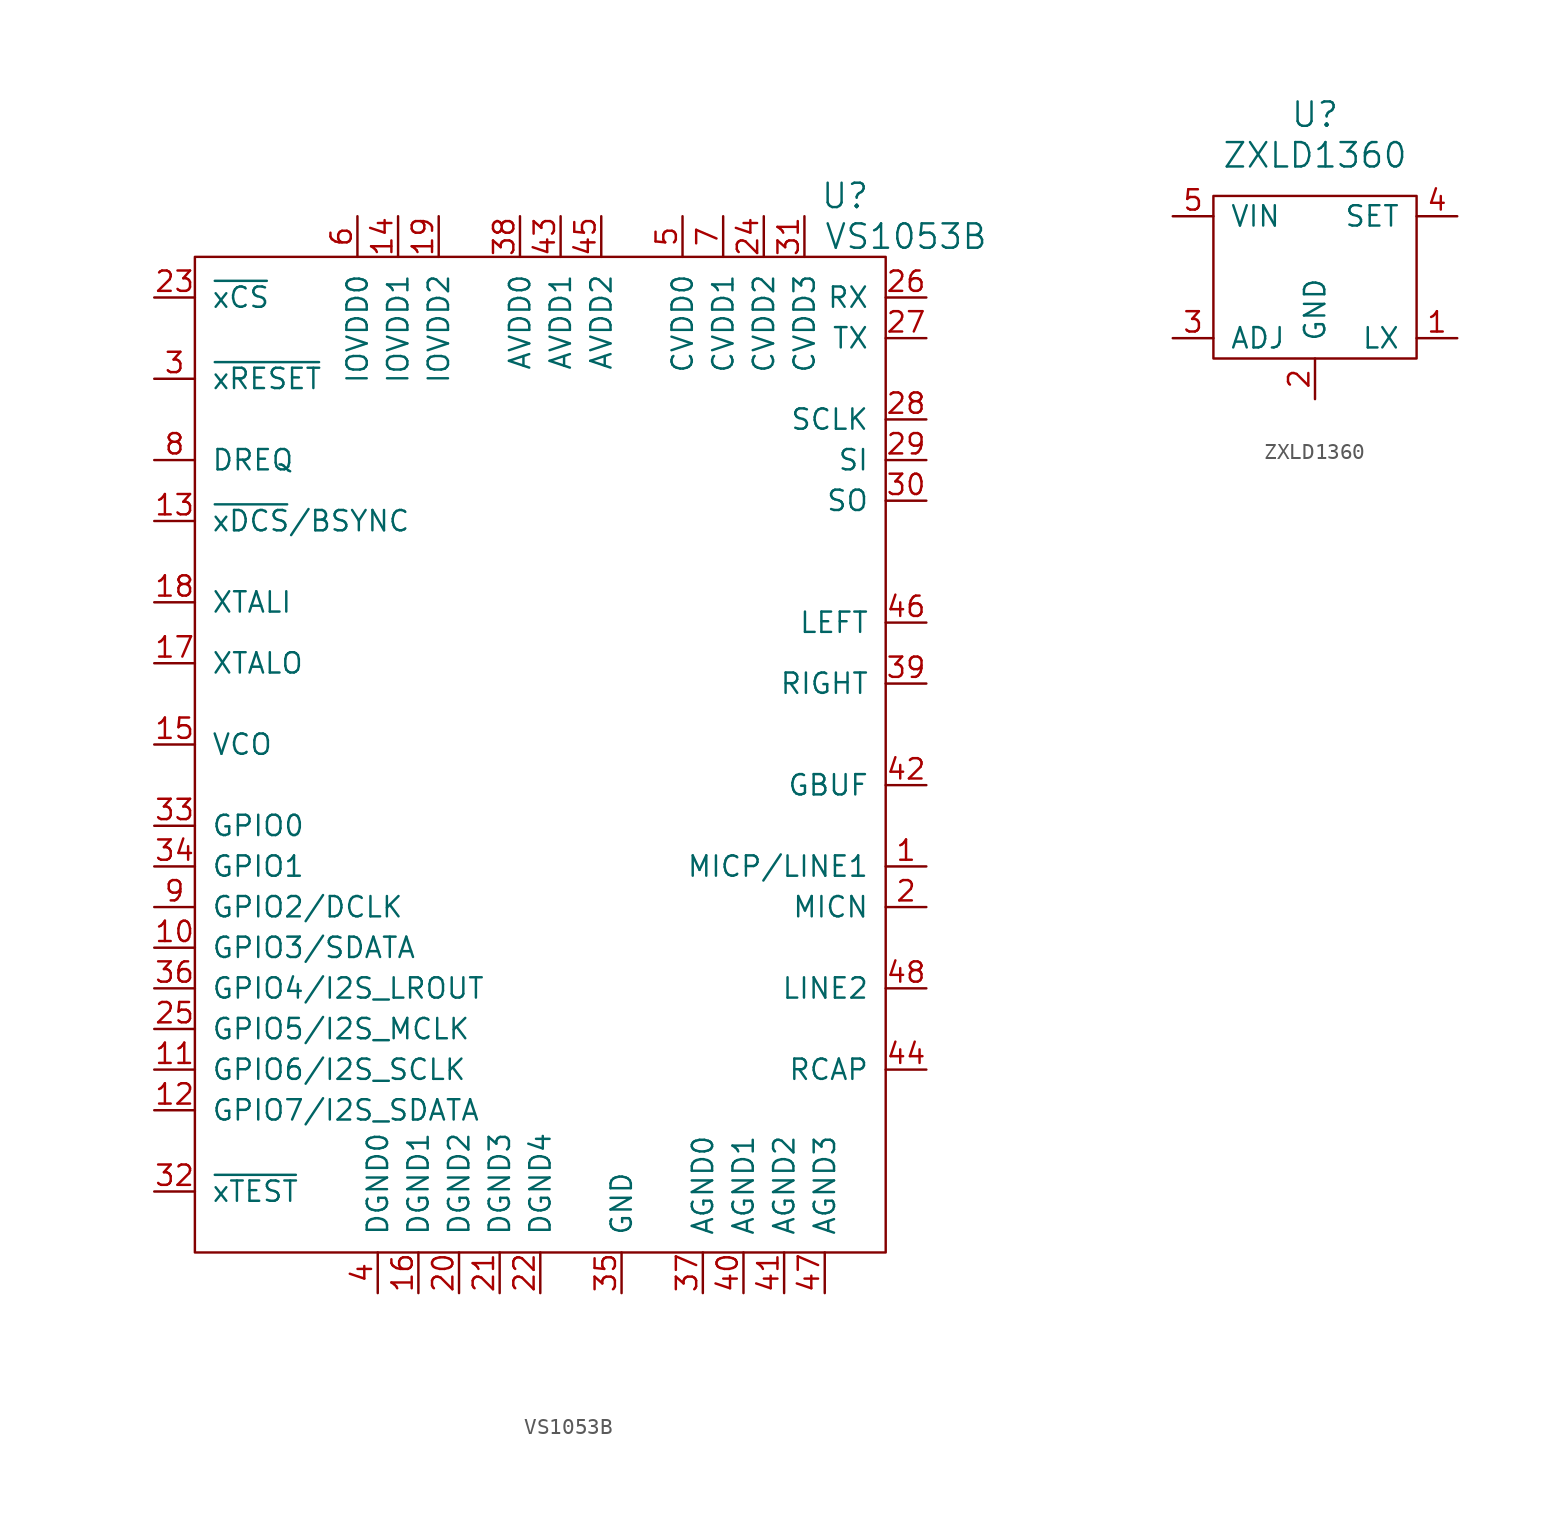
<source format=kicad_sym>
(kicad_symbol_lib
  (version 20220914)
  (generator kicad_symbol_editor)
  (symbol "VS1053B"
    (pin_names
      (offset 1.016))
    (property "Reference" "U"
      (at 20.32 33.02 0)
      (effects (font (size 1.524 1.524))))
    (property "Value" "VS1053B"
      (at 24.13 30.48 0)
      (effects (font (size 1.524 1.524))))
    (property "Footprint" ""
      (at 1.27 0 0)
      (effects (font (size 1.524 1.524))))
    (property "Datasheet" ""
      (at 1.27 0 0)
      (effects (font (size 1.524 1.524))))
    (symbol "VS1053B_0_1"
      (rectangle (start -20.32 29.21) (end 22.86 -33.02) (stroke (width 0) (type solid)) (fill (type none))))
    (symbol "VS1053B_1_1"
      (pin input line (at 25.4 -8.89 180) (length 2.54) (name "MICP/LINE1" (effects (font (size 1.27 1.27)))) (number "1" (effects (font (size 1.27 1.27)))))
      (pin input line (at -22.86 -13.97 0) (length 2.54) (name "GPIO3/SDATA" (effects (font (size 1.27 1.27)))) (number "10" (effects (font (size 1.27 1.27)))))
      (pin input line (at -22.86 -21.59 0) (length 2.54) (name "GPIO6/I2S_SCLK" (effects (font (size 1.27 1.27)))) (number "11" (effects (font (size 1.27 1.27)))))
      (pin input line (at -22.86 -24.13 0) (length 2.54) (name "GPIO7/I2S_SDATA" (effects (font (size 1.27 1.27)))) (number "12" (effects (font (size 1.27 1.27)))))
      (pin input line (at -22.86 12.7 0) (length 2.54) (name "~{xDCS}/BSYNC" (effects (font (size 1.27 1.27)))) (number "13" (effects (font (size 1.27 1.27)))))
      (pin input line (at -7.62 31.75 270) (length 2.54) (name "IOVDD1" (effects (font (size 1.27 1.27)))) (number "14" (effects (font (size 1.27 1.27)))))
      (pin input line (at -22.86 -1.27 0) (length 2.54) (name "VCO" (effects (font (size 1.27 1.27)))) (number "15" (effects (font (size 1.27 1.27)))))
      (pin input line (at -6.35 -35.56 90) (length 2.54) (name "DGND1" (effects (font (size 1.27 1.27)))) (number "16" (effects (font (size 1.27 1.27)))))
      (pin input line (at -22.86 3.81 0) (length 2.54) (name "XTALO" (effects (font (size 1.27 1.27)))) (number "17" (effects (font (size 1.27 1.27)))))
      (pin input line (at -22.86 7.62 0) (length 2.54) (name "XTALI" (effects (font (size 1.27 1.27)))) (number "18" (effects (font (size 1.27 1.27)))))
      (pin input line (at -5.08 31.75 270) (length 2.54) (name "IOVDD2" (effects (font (size 1.27 1.27)))) (number "19" (effects (font (size 1.27 1.27)))))
      (pin input line (at 25.4 -11.43 180) (length 2.54) (name "MICN" (effects (font (size 1.27 1.27)))) (number "2" (effects (font (size 1.27 1.27)))))
      (pin input line (at -3.81 -35.56 90) (length 2.54) (name "DGND2" (effects (font (size 1.27 1.27)))) (number "20" (effects (font (size 1.27 1.27)))))
      (pin input line (at -1.27 -35.56 90) (length 2.54) (name "DGND3" (effects (font (size 1.27 1.27)))) (number "21" (effects (font (size 1.27 1.27)))))
      (pin input line (at 1.27 -35.56 90) (length 2.54) (name "DGND4" (effects (font (size 1.27 1.27)))) (number "22" (effects (font (size 1.27 1.27)))))
      (pin input line (at -22.86 26.67 0) (length 2.54) (name "~{xCS}" (effects (font (size 1.27 1.27)))) (number "23" (effects (font (size 1.27 1.27)))))
      (pin input line (at 15.24 31.75 270) (length 2.54) (name "CVDD2" (effects (font (size 1.27 1.27)))) (number "24" (effects (font (size 1.27 1.27)))))
      (pin input line (at -22.86 -19.05 0) (length 2.54) (name "GPIO5/I2S_MCLK" (effects (font (size 1.27 1.27)))) (number "25" (effects (font (size 1.27 1.27)))))
      (pin input line (at 25.4 26.67 180) (length 2.54) (name "RX" (effects (font (size 1.27 1.27)))) (number "26" (effects (font (size 1.27 1.27)))))
      (pin input line (at 25.4 24.13 180) (length 2.54) (name "TX" (effects (font (size 1.27 1.27)))) (number "27" (effects (font (size 1.27 1.27)))))
      (pin input line (at 25.4 19.05 180) (length 2.54) (name "SCLK" (effects (font (size 1.27 1.27)))) (number "28" (effects (font (size 1.27 1.27)))))
      (pin input line (at 25.4 16.51 180) (length 2.54) (name "SI" (effects (font (size 1.27 1.27)))) (number "29" (effects (font (size 1.27 1.27)))))
      (pin input line (at -22.86 21.59 0) (length 2.54) (name "~{xRESET}" (effects (font (size 1.27 1.27)))) (number "3" (effects (font (size 1.27 1.27)))))
      (pin input line (at 25.4 13.97 180) (length 2.54) (name "SO" (effects (font (size 1.27 1.27)))) (number "30" (effects (font (size 1.27 1.27)))))
      (pin input line (at 17.78 31.75 270) (length 2.54) (name "CVDD3" (effects (font (size 1.27 1.27)))) (number "31" (effects (font (size 1.27 1.27)))))
      (pin input line (at -22.86 -29.21 0) (length 2.54) (name "~{xTEST}" (effects (font (size 1.27 1.27)))) (number "32" (effects (font (size 1.27 1.27)))))
      (pin input line (at -22.86 -6.35 0) (length 2.54) (name "GPIO0" (effects (font (size 1.27 1.27)))) (number "33" (effects (font (size 1.27 1.27)))))
      (pin input line (at -22.86 -8.89 0) (length 2.54) (name "GPIO1" (effects (font (size 1.27 1.27)))) (number "34" (effects (font (size 1.27 1.27)))))
      (pin input line (at 6.35 -35.56 90) (length 2.54) (name "GND" (effects (font (size 1.27 1.27)))) (number "35" (effects (font (size 1.27 1.27)))))
      (pin input line (at -22.86 -16.51 0) (length 2.54) (name "GPIO4/I2S_LROUT" (effects (font (size 1.27 1.27)))) (number "36" (effects (font (size 1.27 1.27)))))
      (pin input line (at 11.43 -35.56 90) (length 2.54) (name "AGND0" (effects (font (size 1.27 1.27)))) (number "37" (effects (font (size 1.27 1.27)))))
      (pin input line (at 0 31.75 270) (length 2.54) (name "AVDD0" (effects (font (size 1.27 1.27)))) (number "38" (effects (font (size 1.27 1.27)))))
      (pin input line (at 25.4 2.54 180) (length 2.54) (name "RIGHT" (effects (font (size 1.27 1.27)))) (number "39" (effects (font (size 1.27 1.27)))))
      (pin input line (at -8.89 -35.56 90) (length 2.54) (name "DGND0" (effects (font (size 1.27 1.27)))) (number "4" (effects (font (size 1.27 1.27)))))
      (pin input line (at 13.97 -35.56 90) (length 2.54) (name "AGND1" (effects (font (size 1.27 1.27)))) (number "40" (effects (font (size 1.27 1.27)))))
      (pin input line (at 16.51 -35.56 90) (length 2.54) (name "AGND2" (effects (font (size 1.27 1.27)))) (number "41" (effects (font (size 1.27 1.27)))))
      (pin input line (at 25.4 -3.81 180) (length 2.54) (name "GBUF" (effects (font (size 1.27 1.27)))) (number "42" (effects (font (size 1.27 1.27)))))
      (pin input line (at 2.54 31.75 270) (length 2.54) (name "AVDD1" (effects (font (size 1.27 1.27)))) (number "43" (effects (font (size 1.27 1.27)))))
      (pin input line (at 25.4 -21.59 180) (length 2.54) (name "RCAP" (effects (font (size 1.27 1.27)))) (number "44" (effects (font (size 1.27 1.27)))))
      (pin input line (at 5.08 31.75 270) (length 2.54) (name "AVDD2" (effects (font (size 1.27 1.27)))) (number "45" (effects (font (size 1.27 1.27)))))
      (pin input line (at 25.4 6.35 180) (length 2.54) (name "LEFT" (effects (font (size 1.27 1.27)))) (number "46" (effects (font (size 1.27 1.27)))))
      (pin input line (at 19.05 -35.56 90) (length 2.54) (name "AGND3" (effects (font (size 1.27 1.27)))) (number "47" (effects (font (size 1.27 1.27)))))
      (pin input line (at 25.4 -16.51 180) (length 2.54) (name "LINE2" (effects (font (size 1.27 1.27)))) (number "48" (effects (font (size 1.27 1.27)))))
      (pin input line (at 10.16 31.75 270) (length 2.54) (name "CVDD0" (effects (font (size 1.27 1.27)))) (number "5" (effects (font (size 1.27 1.27)))))
      (pin input line (at -10.16 31.75 270) (length 2.54) (name "IOVDD0" (effects (font (size 1.27 1.27)))) (number "6" (effects (font (size 1.27 1.27)))))
      (pin input line (at 12.7 31.75 270) (length 2.54) (name "CVDD1" (effects (font (size 1.27 1.27)))) (number "7" (effects (font (size 1.27 1.27)))))
      (pin input line (at -22.86 16.51 0) (length 2.54) (name "DREQ" (effects (font (size 1.27 1.27)))) (number "8" (effects (font (size 1.27 1.27)))))
      (pin input line (at -22.86 -11.43 0) (length 2.54) (name "GPIO2/DCLK" (effects (font (size 1.27 1.27)))) (number "9" (effects (font (size 1.27 1.27)))))))
  (symbol "ZXLD1360"
    (pin_names
      (offset 1.016))
    (property "Reference" "U"
      (at 0 10.16 0)
      (effects (font (size 1.524 1.524))))
    (property "Value" "ZXLD1360"
      (at 0 7.62 0)
      (effects (font (size 1.524 1.524))))
    (property "Footprint" ""
      (at 0 0 0)
      (effects (font (size 1.524 1.524))))
    (property "Datasheet" ""
      (at 0 0 0)
      (effects (font (size 1.524 1.524))))
    (symbol "ZXLD1360_0_1"
      (rectangle (start -6.35 5.08) (end 6.35 -5.08) (stroke (width 0) (type solid)) (fill (type none))))
    (symbol "ZXLD1360_1_1"
      (pin passive line (at 8.89 -3.81 180) (length 2.54) (name "LX" (effects (font (size 1.27 1.27)))) (number "1" (effects (font (size 1.27 1.27)))))
      (pin passive line (at 0 -7.62 90) (length 2.54) (name "GND" (effects (font (size 1.27 1.27)))) (number "2" (effects (font (size 1.27 1.27)))))
      (pin passive line (at -8.89 -3.81 0) (length 2.54) (name "ADJ" (effects (font (size 1.27 1.27)))) (number "3" (effects (font (size 1.27 1.27)))))
      (pin passive line (at 8.89 3.81 180) (length 2.54) (name "SET" (effects (font (size 1.27 1.27)))) (number "4" (effects (font (size 1.27 1.27)))))
      (pin passive line (at -8.89 3.81 0) (length 2.54) (name "VIN" (effects (font (size 1.27 1.27)))) (number "5" (effects (font (size 1.27 1.27))))))))
</source>
